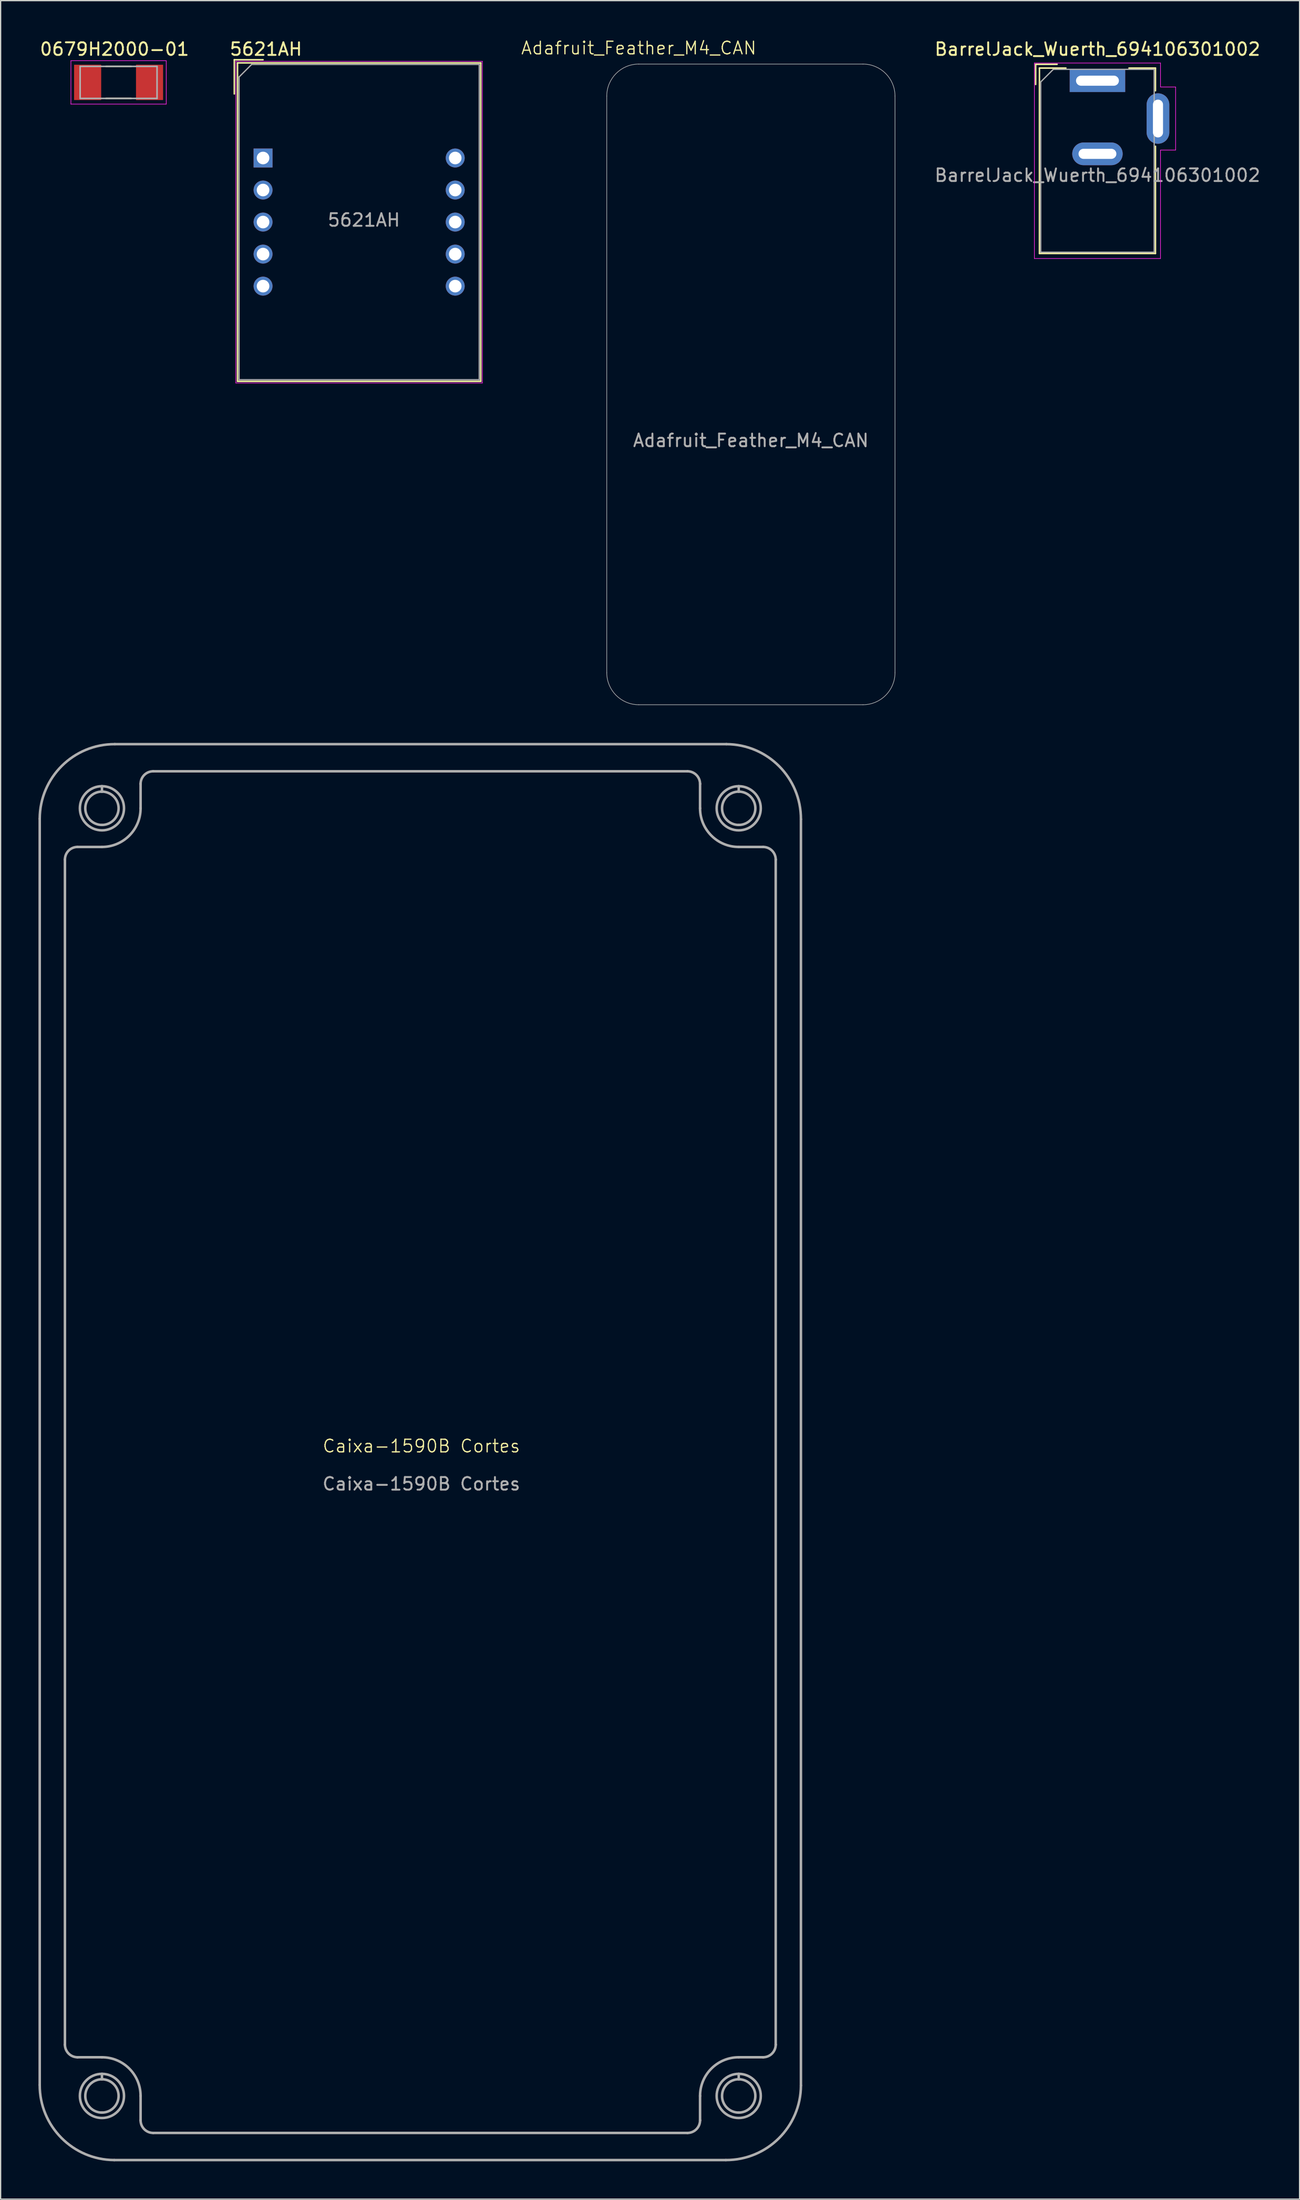
<source format=kicad_pcb>
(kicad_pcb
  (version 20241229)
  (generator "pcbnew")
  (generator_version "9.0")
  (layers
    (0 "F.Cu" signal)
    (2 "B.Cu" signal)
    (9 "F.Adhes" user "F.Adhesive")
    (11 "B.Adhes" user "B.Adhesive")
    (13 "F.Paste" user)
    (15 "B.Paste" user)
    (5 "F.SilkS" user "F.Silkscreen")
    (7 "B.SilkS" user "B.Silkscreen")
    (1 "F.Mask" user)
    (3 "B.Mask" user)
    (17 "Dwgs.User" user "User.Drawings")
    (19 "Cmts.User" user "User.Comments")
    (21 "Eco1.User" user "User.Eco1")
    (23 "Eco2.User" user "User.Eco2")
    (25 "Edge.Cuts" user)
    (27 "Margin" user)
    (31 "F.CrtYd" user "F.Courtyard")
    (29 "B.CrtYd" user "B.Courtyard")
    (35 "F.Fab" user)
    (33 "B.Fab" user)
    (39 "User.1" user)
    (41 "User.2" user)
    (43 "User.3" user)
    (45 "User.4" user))
  (footprint "BarrelJack_Wuerth_694106301002"
    (layer "F.Cu")
    (at 83.985 3.348)
    (property "Reference" "BarrelJack_Wuerth_694106301002" (at 0 -2.5 0) (layer "F.SilkS") (effects (font (size 1 1) (thickness 0.15))))
    (attr through_hole)
    (fp_line (start -4.9 -1.3) (end -4.9 0.3) (stroke (width 0.12) (type solid)) (layer "F.SilkS"))
    (fp_line (start -4.6 -1) (end -2.5 -1) (stroke (width 0.12) (type solid)) (layer "F.SilkS"))
    (fp_line (start -4.6 13.7) (end -4.6 -1) (stroke (width 0.12) (type solid)) (layer "F.SilkS"))
    (fp_line (start -3.2 -1.3) (end -4.9 -1.3) (stroke (width 0.12) (type solid)) (layer "F.SilkS"))
    (fp_line (start 2.5 -1) (end 4.6 -1) (stroke (width 0.12) (type solid)) (layer "F.SilkS"))
    (fp_line (start 4.6 -1) (end 4.6 0.8) (stroke (width 0.12) (type solid)) (layer "F.SilkS"))
    (fp_line (start 4.6 5.2) (end 4.6 13.7) (stroke (width 0.12) (type solid)) (layer "F.SilkS"))
    (fp_line (start 4.6 13.7) (end -4.6 13.7) (stroke (width 0.12) (type solid)) (layer "F.SilkS"))
    (fp_line (start -5 -1.4) (end -5 14.1) (stroke (width 0.05) (type solid)) (layer "F.CrtYd"))
    (fp_line (start -5 14.1) (end 5 14.1) (stroke (width 0.05) (type solid)) (layer "F.CrtYd"))
    (fp_line (start 5 -1.4) (end -5 -1.4) (stroke (width 0.05) (type solid)) (layer "F.CrtYd"))
    (fp_line (start 5 0.5) (end 5 -1.4) (stroke (width 0.05) (type solid)) (layer "F.CrtYd"))
    (fp_line (start 5 14.1) (end 5 5.5) (stroke (width 0.05) (type solid)) (layer "F.CrtYd"))
    (fp_line (start 6.2 0.5) (end 5 0.5) (stroke (width 0.05) (type solid)) (layer "F.CrtYd"))
    (fp_line (start 6.2 0.5) (end 6.2 5.5) (stroke (width 0.05) (type solid)) (layer "F.CrtYd"))
    (fp_line (start 6.2 5.5) (end 5 5.5) (stroke (width 0.05) (type solid)) (layer "F.CrtYd"))
    (fp_line (start -4.5 0.1) (end -3.5 -0.9) (stroke (width 0.1) (type solid)) (layer "F.Fab"))
    (fp_line (start -4.5 13.6) (end -4.5 0.1) (stroke (width 0.1) (type solid)) (layer "F.Fab"))
    (fp_line (start 4.5 -0.9) (end -3.5 -0.9) (stroke (width 0.1) (type solid)) (layer "F.Fab"))
    (fp_line (start 4.5 -0.9) (end 4.5 13.6) (stroke (width 0.1) (type solid)) (layer "F.Fab"))
    (fp_line (start 4.5 13.6) (end -4.5 13.6) (stroke (width 0.1) (type solid)) (layer "F.Fab"))
    (fp_text user "${REFERENCE}" (at 0 7.5 0) (layer "F.Fab") (effects (font (size 1 1) (thickness 0.15))))
    (pad "1" thru_hole rect (at 0 0) (size 4.4 1.8) (drill oval 3.4 0.8) (layers "*.Cu" "*.Mask"))
    (pad "2" thru_hole oval (at 0 5.8) (size 4 1.8) (drill oval 3 0.8) (layers "*.Cu" "*.Mask"))
    (pad "3" thru_hole oval (at 4.8 3 90) (size 4 1.8) (drill oval 3 0.8) (layers "*.Cu" "*.Mask")))
  (footprint "Adafruit_Feather_M4_CAN"
    (layer "F.Cu")
    (at 45.07 2.03)
    (property "Reference" "Adafruit_Feather_M4_CAN" (at 2.54 -1.27 0) (unlocked yes) (layer "F.SilkS") (effects (font (size 1 1) (thickness 0.1))))
    (attr through_hole)
    (fp_line (start 0 2.54) (end 0 48.26) (stroke (width 0.05) (type solid)) (layer "F.Fab"))
    (fp_line (start 2.54 50.8) (end 20.32 50.8) (stroke (width 0.05) (type solid)) (layer "F.Fab"))
    (fp_line (start 20.32 0) (end 2.54 0) (stroke (width 0.05) (type solid)) (layer "F.Fab"))
    (fp_line (start 22.86 48.26) (end 22.86 2.54) (stroke (width 0.05) (type solid)) (layer "F.Fab"))
    (fp_arc (start 0 2.54) (mid 0.743949 0.743949) (end 2.54 0) (stroke (width 0.05) (type solid)) (layer "F.Fab"))
    (fp_arc (start 2.54 50.8) (mid 0.743949 50.056051) (end 0 48.26) (stroke (width 0.05) (type solid)) (layer "F.Fab"))
    (fp_arc (start 20.32 0) (mid 22.116051 0.743949) (end 22.86 2.54) (stroke (width 0.05) (type solid)) (layer "F.Fab"))
    (fp_arc (start 22.86 48.26) (mid 22.116051 50.056051) (end 20.32 50.8) (stroke (width 0.05) (type solid)) (layer "F.Fab"))
    (fp_text user "${REFERENCE}" (at 11.43 29.845 0) (unlocked yes) (layer "F.Fab") (effects (font (size 1 1) (thickness 0.15)))))
  (footprint "0679H2000-01"
    (layer "F.Cu")
    (at 6.355 3.483)
    (property "Reference" "0679H2000-01" (at -0.325 -2.635 0) (layer "F.SilkS") (effects (font (size 1 1) (thickness 0.15))))
    (attr smd)
    (fp_line (start -1 -1.27) (end 1 -1.27) (stroke (width 0.127) (type solid)) (layer "F.SilkS"))
    (fp_line (start 1 1.27) (end -1 1.27) (stroke (width 0.127) (type solid)) (layer "F.SilkS"))
    (fp_line (start -3.78 -1.72) (end 3.78 -1.72) (stroke (width 0.05) (type solid)) (layer "F.CrtYd"))
    (fp_line (start -3.78 1.72) (end -3.78 -1.72) (stroke (width 0.05) (type solid)) (layer "F.CrtYd"))
    (fp_line (start 3.78 -1.72) (end 3.78 1.72) (stroke (width 0.05) (type solid)) (layer "F.CrtYd"))
    (fp_line (start 3.78 1.72) (end -3.78 1.72) (stroke (width 0.05) (type solid)) (layer "F.CrtYd"))
    (fp_line (start -3.05 -1.27) (end 3.05 -1.27) (stroke (width 0.127) (type solid)) (layer "F.Fab"))
    (fp_line (start -3.05 1.27) (end -3.05 -1.27) (stroke (width 0.127) (type solid)) (layer "F.Fab"))
    (fp_line (start 3.05 -1.27) (end 3.05 1.27) (stroke (width 0.127) (type solid)) (layer "F.Fab"))
    (fp_line (start 3.05 1.27) (end -3.05 1.27) (stroke (width 0.127) (type solid)) (layer "F.Fab"))
    (pad "1" smd rect (at -2.455 0) (size 2.15 2.8) (layers "F.Cu" "F.Mask" "F.Paste"))
    (pad "2" smd rect (at 2.455 0) (size 2.15 2.8) (layers "F.Cu" "F.Mask" "F.Paste")))
  (footprint "Caixa-1590B Cortes"
    (layer "F.Cu")
    (at 30.369 112.112)
    (property "Reference" "Caixa-1590B Cortes" (at 0 -0.5 0) (unlocked yes) (layer "F.SilkS") (effects (font (size 1 1) (thickness 0.1))))
    (fp_line (start -30.269 50.157) (end -30.269 -50.243) (stroke (width 0.2) (type default)) (layer "F.Fab"))
    (fp_line (start -28.269 -47.006) (end -28.269 -47.006) (stroke (width 0.2) (type default)) (layer "F.Fab"))
    (fp_line (start -28.269 46.963) (end -28.269 46.963) (stroke (width 0.2) (type default)) (layer "F.Fab"))
    (fp_line (start -28.269 46.963) (end -28.269 -47.006) (stroke (width 0.2) (type default)) (layer "F.Fab"))
    (fp_line (start -27.269 -48.006) (end -27.269 -48.006) (stroke (width 0.2) (type default)) (layer "F.Fab"))
    (fp_line (start -27.269 -48.006) (end -25.334 -48.006) (stroke (width 0.2) (type default)) (layer "F.Fab"))
    (fp_line (start -27.269 47.963) (end -27.269 47.963) (stroke (width 0.2) (type default)) (layer "F.Fab"))
    (fp_line (start -25.334 -52.393) (end -25.334 -52.822) (stroke (width 0.2) (type default)) (layer "F.Fab"))
    (fp_line (start -25.334 -48.006) (end -25.334 -48.006) (stroke (width 0.2) (type default)) (layer "F.Fab"))
    (fp_line (start -25.334 47.963) (end -27.269 47.963) (stroke (width 0.2) (type default)) (layer "F.Fab"))
    (fp_line (start -25.334 47.963) (end -25.334 47.963) (stroke (width 0.2) (type default)) (layer "F.Fab"))
    (fp_line (start -25.334 49.707) (end -25.334 49.278) (stroke (width 0.2) (type default)) (layer "F.Fab"))
    (fp_line (start -24.313 -56.156) (end 24.187 -56.156) (stroke (width 0.2) (type default)) (layer "F.Fab"))
    (fp_line (start -22.269 -51.072) (end -22.269 -51.072) (stroke (width 0.2) (type default)) (layer "F.Fab"))
    (fp_line (start -22.269 51.028) (end -22.269 51.028) (stroke (width 0.2) (type default)) (layer "F.Fab"))
    (fp_line (start -22.269 -53.006) (end -22.269 -53.006) (stroke (width 0.2) (type default)) (layer "F.Fab"))
    (fp_line (start -22.269 -51.072) (end -22.269 -53.006) (stroke (width 0.2) (type default)) (layer "F.Fab"))
    (fp_line (start -22.269 52.963) (end -22.269 52.963) (stroke (width 0.2) (type default)) (layer "F.Fab"))
    (fp_line (start -22.269 52.963) (end -22.269 51.028) (stroke (width 0.2) (type default)) (layer "F.Fab"))
    (fp_line (start -21.269 -54.006) (end -21.269 -54.006) (stroke (width 0.2) (type default)) (layer "F.Fab"))
    (fp_line (start -21.269 -54.006) (end 21.1 -54.006) (stroke (width 0.2) (type default)) (layer "F.Fab"))
    (fp_line (start -21.269 53.963) (end -21.269 53.963) (stroke (width 0.2) (type default)) (layer "F.Fab"))
    (fp_line (start 21.1 -54.006) (end 21.1 -54.006) (stroke (width 0.2) (type default)) (layer "F.Fab"))
    (fp_line (start 21.1 53.963) (end -21.269 53.963) (stroke (width 0.2) (type default)) (layer "F.Fab"))
    (fp_line (start 21.1 53.963) (end 21.1 53.963) (stroke (width 0.2) (type default)) (layer "F.Fab"))
    (fp_line (start 22.1 -53.006) (end 22.1 -51.072) (stroke (width 0.2) (type default)) (layer "F.Fab"))
    (fp_line (start 22.1 -53.006) (end 22.1 -53.006) (stroke (width 0.2) (type default)) (layer "F.Fab"))
    (fp_line (start 22.1 51.028) (end 22.1 52.963) (stroke (width 0.2) (type default)) (layer "F.Fab"))
    (fp_line (start 22.1 51.028) (end 22.1 51.028) (stroke (width 0.2) (type default)) (layer "F.Fab"))
    (fp_line (start 22.1 52.963) (end 22.1 52.963) (stroke (width 0.2) (type default)) (layer "F.Fab"))
    (fp_line (start 22.1 -51.072) (end 22.1 -51.072) (stroke (width 0.2) (type default)) (layer "F.Fab"))
    (fp_line (start 24.144 56.113) (end -24.356 56.113) (stroke (width 0.2) (type default)) (layer "F.Fab"))
    (fp_line (start 25.166 -52.393) (end 25.166 -52.822) (stroke (width 0.2) (type default)) (layer "F.Fab"))
    (fp_line (start 25.166 -48.006) (end 25.166 -48.006) (stroke (width 0.2) (type default)) (layer "F.Fab"))
    (fp_line (start 25.166 -48.006) (end 27.1 -48.006) (stroke (width 0.2) (type default)) (layer "F.Fab"))
    (fp_line (start 25.166 47.963) (end 25.166 47.963) (stroke (width 0.2) (type default)) (layer "F.Fab"))
    (fp_line (start 25.166 49.707) (end 25.166 49.278) (stroke (width 0.2) (type default)) (layer "F.Fab"))
    (fp_line (start 27.1 -48.006) (end 27.1 -48.006) (stroke (width 0.2) (type default)) (layer "F.Fab"))
    (fp_line (start 27.1 47.963) (end 25.166 47.963) (stroke (width 0.2) (type default)) (layer "F.Fab"))
    (fp_line (start 27.1 47.963) (end 27.1 47.963) (stroke (width 0.2) (type default)) (layer "F.Fab"))
    (fp_line (start 28.1 -47.006) (end 28.1 46.963) (stroke (width 0.2) (type default)) (layer "F.Fab"))
    (fp_line (start 28.1 -47.006) (end 28.1 -47.006) (stroke (width 0.2) (type default)) (layer "F.Fab"))
    (fp_line (start 28.1 46.963) (end 28.1 46.963) (stroke (width 0.2) (type default)) (layer "F.Fab"))
    (fp_line (start 30.1 -50.2) (end 30.1 50.2) (stroke (width 0.2) (type default)) (layer "F.Fab"))
    (fp_arc (start -30.269 -50.243026) (mid -28.515711 -54.432952) (end -24.313263 -56.156012) (stroke (width 0.2) (type default)) (layer "F.Fab"))
    (fp_arc (start -25.3345 -52.392512) (mid -24.0135 -51.071512) (end -25.3345 -49.750512) (stroke (width 0.2) (type default)) (layer "F.Fab"))
    (fp_arc (start -25.3345 -49.750512) (mid -26.6555 -51.071512) (end -25.3345 -52.392512) (stroke (width 0.2) (type default)) (layer "F.Fab"))
    (fp_arc (start -25.3345 47.963028) (mid -23.166894 48.860882) (end -22.26904 51.028488) (stroke (width 0.2) (type default)) (layer "F.Fab"))
    (fp_arc (start -25.3345 49.707488) (mid -24.0135 51.028488) (end -25.3345 52.349488) (stroke (width 0.2) (type default)) (layer "F.Fab"))
    (fp_arc (start -25.3345 52.349488) (mid -26.6555 51.028488) (end -25.3345 49.707488) (stroke (width 0.2) (type default)) (layer "F.Fab"))
    (fp_arc (start -24.356287 56.112988) (mid -28.546134 54.359504) (end -30.269 50.156973) (stroke (width 0.2) (type default)) (layer "F.Fab"))
    (fp_arc (start -22.26904 -51.071512) (mid -23.166892 -48.903904) (end -25.3345 -48.006052) (stroke (width 0.2) (type default)) (layer "F.Fab"))
    (fp_arc (start 22.10004 51.028488) (mid 22.997884 48.860873) (end 25.1655 47.963028) (stroke (width 0.2) (type default)) (layer "F.Fab"))
    (fp_arc (start 24.187014 -56.156012) (mid 28.3769 -54.402701) (end 30.1 -50.200275) (stroke (width 0.2) (type default)) (layer "F.Fab"))
    (fp_arc (start 25.1655 -52.392512) (mid 26.486477 -51.071512) (end 25.1655 -49.750512) (stroke (width 0.2) (type default)) (layer "F.Fab"))
    (fp_arc (start 25.1655 -49.750512) (mid 23.844477 -51.071512) (end 25.1655 -52.392512) (stroke (width 0.2) (type default)) (layer "F.Fab"))
    (fp_arc (start 25.1655 -48.006052) (mid 22.997852 -48.903882) (end 22.10004 -51.071512) (stroke (width 0.2) (type default)) (layer "F.Fab"))
    (fp_arc (start 25.1655 49.707488) (mid 26.486477 51.028488) (end 25.1655 52.349488) (stroke (width 0.2) (type default)) (layer "F.Fab"))
    (fp_arc (start 25.1655 52.349488) (mid 23.844477 51.028488) (end 25.1655 49.707488) (stroke (width 0.2) (type default)) (layer "F.Fab"))
    (fp_arc (start 30.1 50.200275) (mid 28.346522 54.39013) (end 24.143985 56.112988) (stroke (width 0.2) (type default)) (layer "F.Fab"))
    (fp_circle (center -25.334 -51.072) (end -25.334 -52.822) (stroke (width 0.2) (type default)) (fill no) (layer "F.Fab"))
    (fp_circle (center -25.334 51.028) (end -25.334 49.278) (stroke (width 0.2) (type default)) (fill no) (layer "F.Fab"))
    (fp_circle (center 25.166 -51.072) (end 25.166 -52.822) (stroke (width 0.2) (type default)) (fill no) (layer "F.Fab"))
    (fp_circle (center 25.166 51.028) (end 25.166 49.278) (stroke (width 0.2) (type default)) (fill no) (layer "F.Fab"))
    (fp_curve (pts (xy -28.269 46.963) (xy -28.269 47.515) (xy -27.822 47.963) (xy -27.269 47.963)) (stroke (width 0.2) (type default)) (layer "F.Fab"))
    (fp_curve (pts (xy -27.269 -48.006) (xy -27.822 -48.006) (xy -28.269 -47.559) (xy -28.269 -47.006)) (stroke (width 0.2) (type default)) (layer "F.Fab"))
    (fp_curve (pts (xy -22.269 52.963) (xy -22.269 53.515) (xy -21.822 53.963) (xy -21.269 53.963)) (stroke (width 0.2) (type default)) (layer "F.Fab"))
    (fp_curve (pts (xy -21.269 -54.006) (xy -21.822 -54.006) (xy -22.269 -53.559) (xy -22.269 -53.006)) (stroke (width 0.2) (type default)) (layer "F.Fab"))
    (fp_curve (pts (xy 21.1 53.963) (xy 21.653 53.963) (xy 22.1 53.515) (xy 22.1 52.963)) (stroke (width 0.2) (type default)) (layer "F.Fab"))
    (fp_curve (pts (xy 22.1 -53.006) (xy 22.1 -53.559) (xy 21.653 -54.006) (xy 21.1 -54.006)) (stroke (width 0.2) (type default)) (layer "F.Fab"))
    (fp_curve (pts (xy 27.1 47.963) (xy 27.653 47.963) (xy 28.1 47.515) (xy 28.1 46.963)) (stroke (width 0.2) (type default)) (layer "F.Fab"))
    (fp_curve (pts (xy 28.1 -47.006) (xy 28.1 -47.559) (xy 27.653 -48.006) (xy 27.1 -48.006)) (stroke (width 0.2) (type default)) (layer "F.Fab"))
    (fp_text user "${REFERENCE}" (at 0 2.5 0) (unlocked yes) (layer "F.Fab") (effects (font (size 1 1) (thickness 0.15)))))
  (footprint "5621AH"
    (layer "F.Cu")
    (at 17.812 4.398)
    (property "Reference" "5621AH" (at 0.23 -3.55 0) (layer "F.SilkS") (effects (font (size 1 1) (thickness 0.15))))
    (attr through_hole)
    (fp_line (start -2.28 -2.71) (end -2.28 0) (stroke (width 0.12) (type solid)) (layer "F.SilkS"))
    (fp_line (start -2.28 -2.71) (end 0 -2.71) (stroke (width 0.12) (type solid)) (layer "F.SilkS"))
    (fp_line (start -2.025 -2.46) (end 17.265 -2.46) (stroke (width 0.12) (type solid)) (layer "F.SilkS"))
    (fp_line (start -2.025 22.79) (end -2.025 -2.46) (stroke (width 0.12) (type solid)) (layer "F.SilkS"))
    (fp_line (start 17.265 -2.46) (end 17.265 22.79) (stroke (width 0.12) (type solid)) (layer "F.SilkS"))
    (fp_line (start 17.265 22.79) (end -2.025 22.79) (stroke (width 0.12) (type solid)) (layer "F.SilkS"))
    (fp_line (start -2.16 -2.59) (end 17.39 -2.59) (stroke (width 0.05) (type solid)) (layer "F.CrtYd"))
    (fp_line (start -2.16 22.92) (end -2.16 -2.59) (stroke (width 0.05) (type solid)) (layer "F.CrtYd"))
    (fp_line (start 17.39 -2.59) (end 17.39 22.92) (stroke (width 0.05) (type solid)) (layer "F.CrtYd"))
    (fp_line (start 17.39 22.92) (end -2.16 22.92) (stroke (width 0.05) (type solid)) (layer "F.CrtYd"))
    (fp_line (start -1.905 -1.34) (end -0.905 -2.34) (stroke (width 0.1) (type solid)) (layer "F.Fab"))
    (fp_line (start -1.905 22.66) (end -1.905 -1.34) (stroke (width 0.1) (type solid)) (layer "F.Fab"))
    (fp_line (start -0.905 -2.34) (end 17.145 -2.34) (stroke (width 0.1) (type solid)) (layer "F.Fab"))
    (fp_line (start 17.145 -2.34) (end 17.145 22.66) (stroke (width 0.1) (type solid)) (layer "F.Fab"))
    (fp_line (start 17.145 22.66) (end -1.905 22.66) (stroke (width 0.1) (type solid)) (layer "F.Fab"))
    (fp_text user "${REFERENCE}" (at 8 10 0) (layer "F.Fab") (effects (font (size 1 1) (thickness 0.15))))
    (pad "1" thru_hole rect (at 0 5.08) (size 1.5 1.5) (drill 1) (layers "*.Cu" "*.Mask"))
    (pad "2" thru_hole circle (at 0 7.62) (size 1.5 1.5) (drill 1) (layers "*.Cu" "*.Mask"))
    (pad "3" thru_hole circle (at 0 10.16) (size 1.5 1.5) (drill 1) (layers "*.Cu" "*.Mask"))
    (pad "4" thru_hole circle (at 0 12.7) (size 1.5 1.5) (drill 1) (layers "*.Cu" "*.Mask"))
    (pad "5" thru_hole circle (at 0 15.24) (size 1.5 1.5) (drill 1) (layers "*.Cu" "*.Mask"))
    (pad "6" thru_hole circle (at 15.24 15.24 180) (size 1.5 1.5) (drill 1) (layers "*.Cu" "*.Mask"))
    (pad "7" thru_hole circle (at 15.24 12.7 180) (size 1.5 1.5) (drill 1) (layers "*.Cu" "*.Mask"))
    (pad "8" thru_hole circle (at 15.24 10.16 180) (size 1.5 1.5) (drill 1) (layers "*.Cu" "*.Mask"))
    (pad "9" thru_hole circle (at 15.24 7.62 180) (size 1.5 1.5) (drill 1) (layers "*.Cu" "*.Mask"))
    (pad "10" thru_hole circle (at 15.24 5.08) (size 1.5 1.5) (drill 1) (layers "*.Cu" "*.Mask")))
  (gr_rect
    (start -3 -3)
    (end 100.015 171.325)
    (stroke (width 0.1) (type default))
    (fill no)
    (layer "Edge.Cuts")))
</source>
